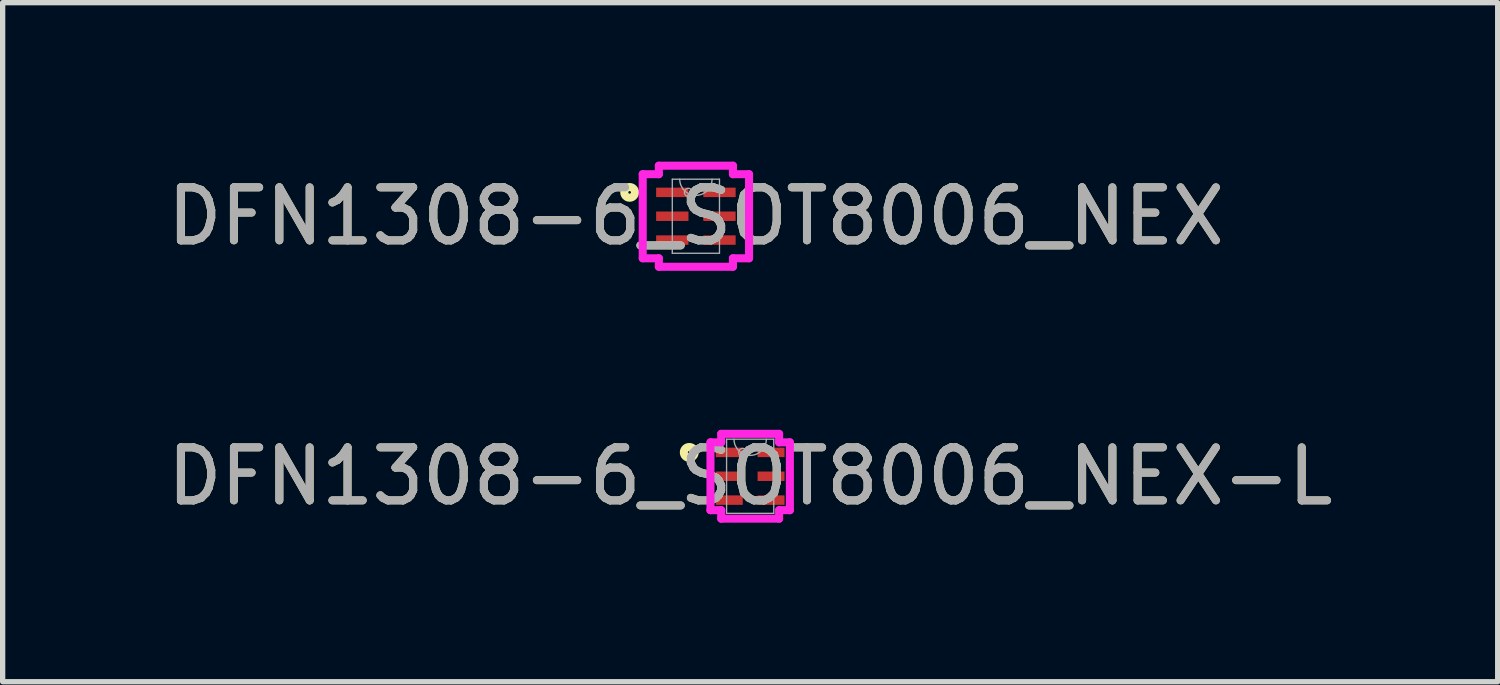
<source format=kicad_pcb>
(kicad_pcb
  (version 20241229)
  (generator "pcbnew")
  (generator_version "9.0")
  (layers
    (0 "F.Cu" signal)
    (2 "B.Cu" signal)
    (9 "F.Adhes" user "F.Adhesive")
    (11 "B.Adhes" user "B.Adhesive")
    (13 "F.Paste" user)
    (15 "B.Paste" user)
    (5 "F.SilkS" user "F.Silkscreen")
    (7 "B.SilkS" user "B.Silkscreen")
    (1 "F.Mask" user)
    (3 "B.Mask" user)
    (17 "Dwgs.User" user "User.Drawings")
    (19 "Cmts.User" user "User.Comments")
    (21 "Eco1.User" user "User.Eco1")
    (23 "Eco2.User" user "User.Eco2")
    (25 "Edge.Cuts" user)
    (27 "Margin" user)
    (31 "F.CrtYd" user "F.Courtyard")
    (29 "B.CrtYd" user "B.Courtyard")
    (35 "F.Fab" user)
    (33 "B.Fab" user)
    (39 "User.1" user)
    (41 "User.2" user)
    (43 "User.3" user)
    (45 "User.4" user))
  (footprint "DFN1308-6_SOT8006_NEX-L"
    (layer "F.Cu")
    (at 11.101 5.934)
    (property "Reference" "DFN1308-6_SOT8006_NEX-L" (at 0 0 0) (unlocked yes) (layer "F.SilkS") (effects (font (size 1 1) (thickness 0.15))))
    (attr smd)
    (fp_circle (center -1.149 -0.45) (end -1.047 -0.45) (stroke (width 0.152) (type solid)) (fill no) (layer "F.SilkS"))
    (fp_line (start -0.749 -0.64) (end -0.546 -0.64) (stroke (width 0.152) (type solid)) (layer "F.CrtYd"))
    (fp_line (start -0.749 0.64) (end -0.749 -0.64) (stroke (width 0.152) (type solid)) (layer "F.CrtYd"))
    (fp_line (start -0.749 0.64) (end -0.546 0.64) (stroke (width 0.152) (type solid)) (layer "F.CrtYd"))
    (fp_line (start -0.546 -0.8) (end 0.546 -0.8) (stroke (width 0.152) (type solid)) (layer "F.CrtYd"))
    (fp_line (start -0.546 -0.64) (end -0.546 -0.8) (stroke (width 0.152) (type solid)) (layer "F.CrtYd"))
    (fp_line (start -0.546 0.8) (end -0.546 0.64) (stroke (width 0.152) (type solid)) (layer "F.CrtYd"))
    (fp_line (start 0.546 -0.8) (end 0.546 -0.64) (stroke (width 0.152) (type solid)) (layer "F.CrtYd"))
    (fp_line (start 0.546 0.64) (end 0.546 0.8) (stroke (width 0.152) (type solid)) (layer "F.CrtYd"))
    (fp_line (start 0.546 0.8) (end -0.546 0.8) (stroke (width 0.152) (type solid)) (layer "F.CrtYd"))
    (fp_line (start 0.749 -0.64) (end 0.546 -0.64) (stroke (width 0.152) (type solid)) (layer "F.CrtYd"))
    (fp_line (start 0.749 -0.64) (end 0.749 0.64) (stroke (width 0.152) (type solid)) (layer "F.CrtYd"))
    (fp_line (start 0.749 0.64) (end 0.546 0.64) (stroke (width 0.152) (type solid)) (layer "F.CrtYd"))
    (fp_line (start -0.445 -0.699) (end -0.445 0.699) (stroke (width 0.025) (type solid)) (layer "F.Fab"))
    (fp_line (start -0.445 0.699) (end 0.445 0.699) (stroke (width 0.025) (type solid)) (layer "F.Fab"))
    (fp_line (start 0.445 -0.699) (end -0.445 -0.699) (stroke (width 0.025) (type solid)) (layer "F.Fab"))
    (fp_line (start 0.445 0.699) (end 0.445 -0.699) (stroke (width 0.025) (type solid)) (layer "F.Fab"))
    (fp_arc (start 0.3048 -0.6985) (mid 0 -0.3937) (end -0.3048 -0.6985) (stroke (width 0.0254) (type solid)) (layer "F.Fab"))
    (fp_circle (center -0.14 -0.45) (end -0.064 -0.45) (stroke (width 0.025) (type solid)) (fill no) (layer "F.Fab"))
    (fp_text user "${REFERENCE}" (at 0 0 0) (unlocked yes) (layer "F.Fab") (effects (font (size 1 1) (thickness 0.15))))
    (pad "1" smd rect (at -0.394 -0.45) (size 0.508 0.178) (layers "F.Cu" "F.Mask" "F.Paste"))
    (pad "2" smd rect (at -0.394 0) (size 0.508 0.178) (layers "F.Cu" "F.Mask" "F.Paste"))
    (pad "3" smd rect (at -0.394 0.45) (size 0.508 0.178) (layers "F.Cu" "F.Mask" "F.Paste"))
    (pad "4" smd rect (at 0.394 0.45) (size 0.508 0.178) (layers "F.Cu" "F.Mask" "F.Paste"))
    (pad "5" smd rect (at 0.394 0) (size 0.508 0.178) (layers "F.Cu" "F.Mask" "F.Paste"))
    (pad "6" smd rect (at 0.394 -0.45) (size 0.508 0.178) (layers "F.Cu" "F.Mask" "F.Paste")))
  (footprint "DFN1308-6_SOT8006_NEX"
    (layer "F.Cu")
    (at 10.077 1.029)
    (property "Reference" "DFN1308-6_SOT8006_NEX" (at 0 0 0) (unlocked yes) (layer "F.SilkS") (effects (font (size 1 1) (thickness 0.15))))
    (attr smd)
    (fp_circle (center -1.25 -0.45) (end -1.149 -0.45) (stroke (width 0.152) (type solid)) (fill no) (layer "F.SilkS"))
    (fp_line (start -1.003 -0.793) (end -0.699 -0.793) (stroke (width 0.152) (type solid)) (layer "F.CrtYd"))
    (fp_line (start -1.003 0.793) (end -1.003 -0.793) (stroke (width 0.152) (type solid)) (layer "F.CrtYd"))
    (fp_line (start -1.003 0.793) (end -0.699 0.793) (stroke (width 0.152) (type solid)) (layer "F.CrtYd"))
    (fp_line (start -0.699 -0.953) (end 0.699 -0.953) (stroke (width 0.152) (type solid)) (layer "F.CrtYd"))
    (fp_line (start -0.699 -0.793) (end -0.699 -0.953) (stroke (width 0.152) (type solid)) (layer "F.CrtYd"))
    (fp_line (start -0.699 0.953) (end -0.699 0.793) (stroke (width 0.152) (type solid)) (layer "F.CrtYd"))
    (fp_line (start 0.699 -0.953) (end 0.699 -0.793) (stroke (width 0.152) (type solid)) (layer "F.CrtYd"))
    (fp_line (start 0.699 0.793) (end 0.699 0.953) (stroke (width 0.152) (type solid)) (layer "F.CrtYd"))
    (fp_line (start 0.699 0.953) (end -0.699 0.953) (stroke (width 0.152) (type solid)) (layer "F.CrtYd"))
    (fp_line (start 1.003 -0.793) (end 0.699 -0.793) (stroke (width 0.152) (type solid)) (layer "F.CrtYd"))
    (fp_line (start 1.003 -0.793) (end 1.003 0.793) (stroke (width 0.152) (type solid)) (layer "F.CrtYd"))
    (fp_line (start 1.003 0.793) (end 0.699 0.793) (stroke (width 0.152) (type solid)) (layer "F.CrtYd"))
    (fp_line (start -0.445 -0.699) (end -0.445 0.699) (stroke (width 0.025) (type solid)) (layer "F.Fab"))
    (fp_line (start -0.445 0.699) (end 0.445 0.699) (stroke (width 0.025) (type solid)) (layer "F.Fab"))
    (fp_line (start 0.445 -0.699) (end -0.445 -0.699) (stroke (width 0.025) (type solid)) (layer "F.Fab"))
    (fp_line (start 0.445 0.699) (end 0.445 -0.699) (stroke (width 0.025) (type solid)) (layer "F.Fab"))
    (fp_arc (start 0.3048 -0.6985) (mid 0 -0.3937) (end -0.3048 -0.6985) (stroke (width 0.0254) (type solid)) (layer "F.Fab"))
    (fp_circle (center -0.14 -0.45) (end -0.064 -0.45) (stroke (width 0.025) (type solid)) (fill no) (layer "F.Fab"))
    (fp_text user "${REFERENCE}" (at 0 0 0) (unlocked yes) (layer "F.Fab") (effects (font (size 1 1) (thickness 0.15))))
    (pad "1" smd rect (at -0.445 -0.45) (size 0.61 0.178) (layers "F.Cu" "F.Mask" "F.Paste"))
    (pad "2" smd rect (at -0.445 0) (size 0.61 0.178) (layers "F.Cu" "F.Mask" "F.Paste"))
    (pad "3" smd rect (at -0.445 0.45) (size 0.61 0.178) (layers "F.Cu" "F.Mask" "F.Paste"))
    (pad "4" smd rect (at 0.445 0.45) (size 0.61 0.178) (layers "F.Cu" "F.Mask" "F.Paste"))
    (pad "5" smd rect (at 0.445 0) (size 0.61 0.178) (layers "F.Cu" "F.Mask" "F.Paste"))
    (pad "6" smd rect (at 0.445 -0.45) (size 0.61 0.178) (layers "F.Cu" "F.Mask" "F.Paste")))
  (gr_rect
    (start -3 -3)
    (end 25.202 9.81)
    (stroke (width 0.1) (type default))
    (fill no)
    (layer "Edge.Cuts")))
</source>
